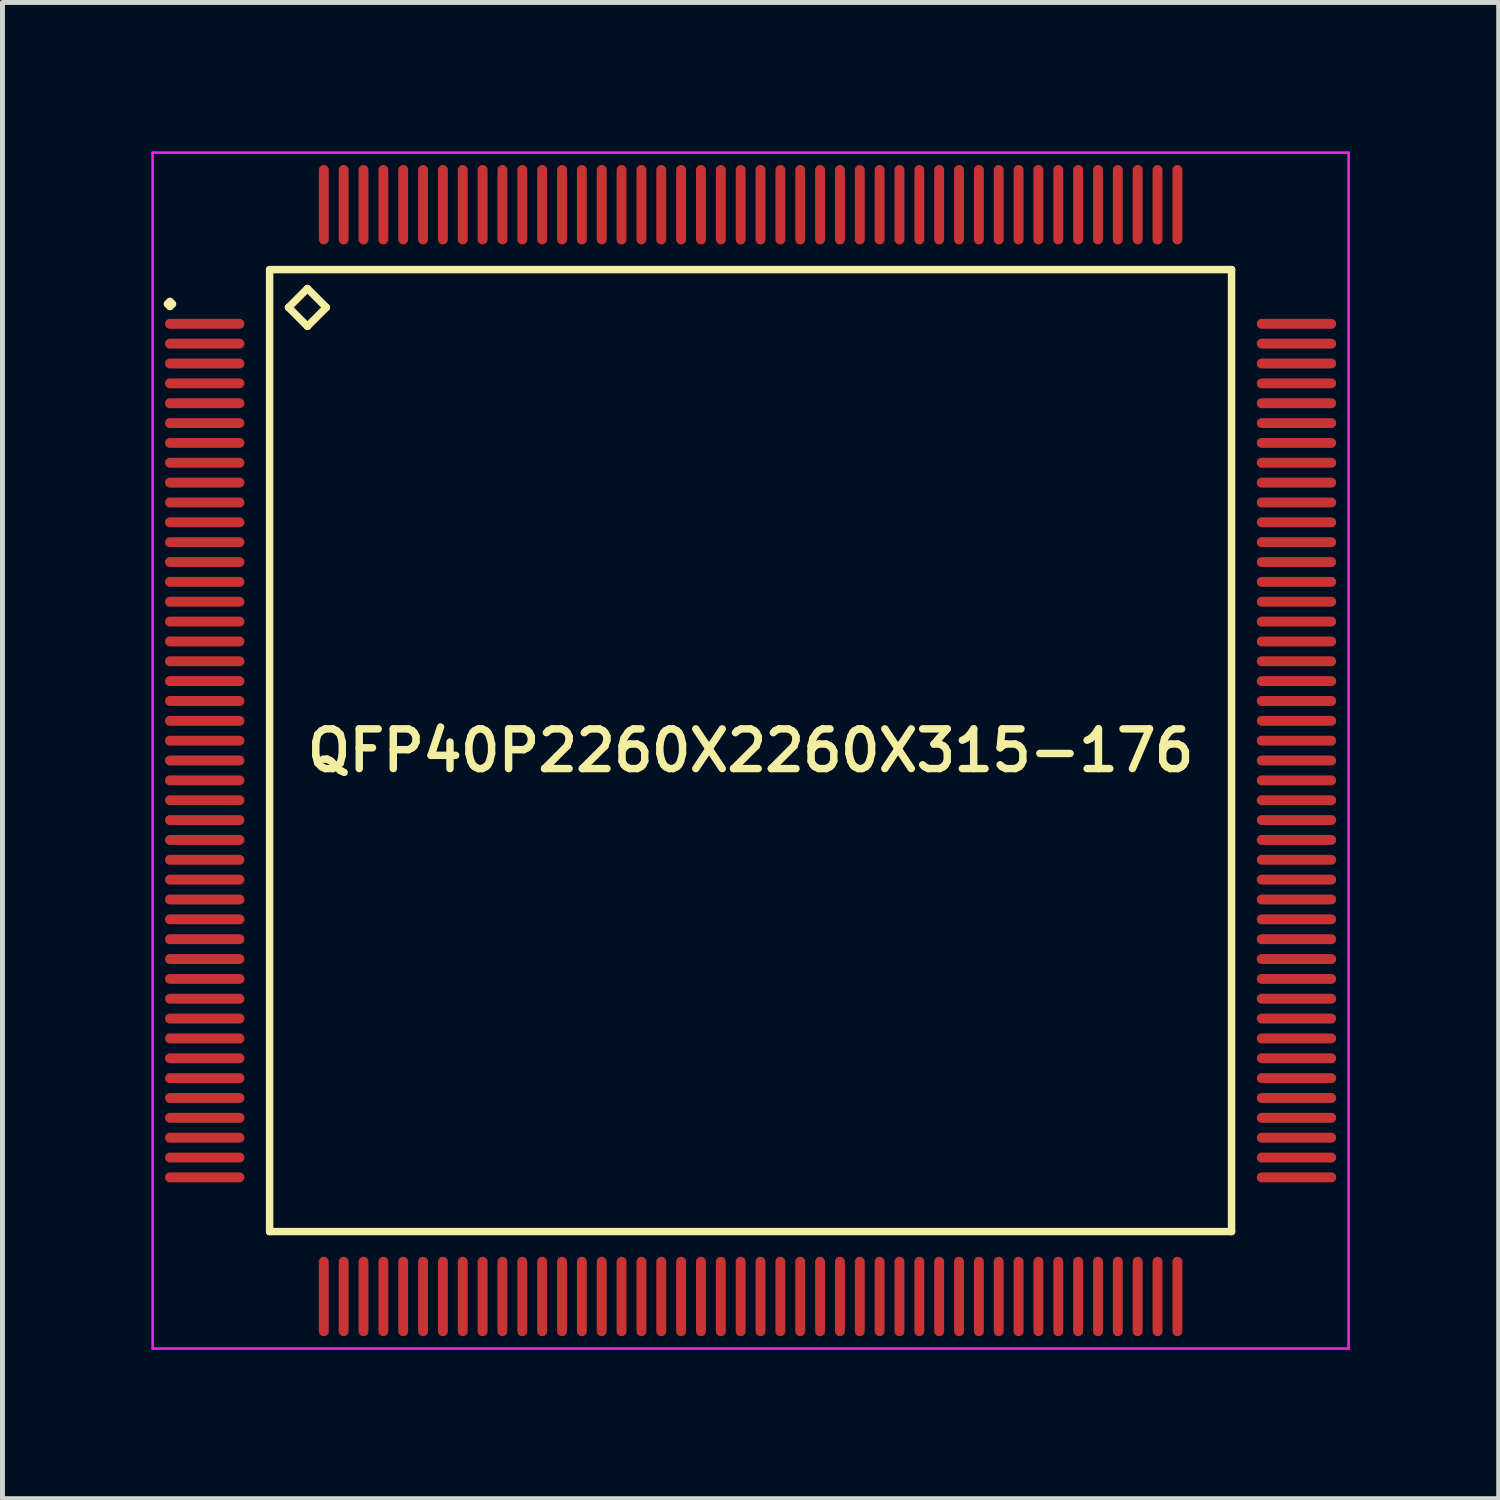
<source format=kicad_pcb>
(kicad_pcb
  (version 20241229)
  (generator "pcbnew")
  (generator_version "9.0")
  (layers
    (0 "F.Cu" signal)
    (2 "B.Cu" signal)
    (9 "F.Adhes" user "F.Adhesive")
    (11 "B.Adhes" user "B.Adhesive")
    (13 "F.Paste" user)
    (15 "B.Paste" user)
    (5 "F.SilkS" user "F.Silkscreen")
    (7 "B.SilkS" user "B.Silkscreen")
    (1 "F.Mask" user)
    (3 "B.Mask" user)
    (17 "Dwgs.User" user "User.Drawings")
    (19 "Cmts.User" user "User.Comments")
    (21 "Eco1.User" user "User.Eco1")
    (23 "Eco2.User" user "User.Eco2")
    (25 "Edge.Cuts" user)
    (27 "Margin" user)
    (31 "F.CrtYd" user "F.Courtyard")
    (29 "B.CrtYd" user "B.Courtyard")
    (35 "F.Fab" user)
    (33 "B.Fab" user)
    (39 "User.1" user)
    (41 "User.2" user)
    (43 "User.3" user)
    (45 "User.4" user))
  (footprint "QFP40P2260X2260X315-176"
    (layer "F.Cu")
    (at 12.075 12.075)
    (property "Reference" "QFP40P2260X2260X315-176" (at 0 0 0) (layer "F.SilkS") (effects (font (size 0.8 0.8) (thickness 0.15))))
    (attr smd)
    (fp_line (start -11.75 -9) (end -11.7 -9.05) (stroke (width 0.15) (type solid)) (layer "F.SilkS"))
    (fp_line (start -11.7 -9.05) (end -11.65 -9) (stroke (width 0.15) (type solid)) (layer "F.SilkS"))
    (fp_line (start -11.7 -8.95) (end -11.75 -9) (stroke (width 0.15) (type solid)) (layer "F.SilkS"))
    (fp_line (start -11.65 -9) (end -11.7 -8.95) (stroke (width 0.15) (type solid)) (layer "F.SilkS"))
    (fp_line (start -9.692 -9.692) (end -9.692 9.692) (stroke (width 0.15) (type solid)) (layer "F.SilkS"))
    (fp_line (start -9.692 9.692) (end 9.692 9.692) (stroke (width 0.15) (type solid)) (layer "F.SilkS"))
    (fp_line (start -9.311 -8.93) (end -8.93 -9.311) (stroke (width 0.15) (type solid)) (layer "F.SilkS"))
    (fp_line (start -8.93 -9.311) (end -8.549 -8.93) (stroke (width 0.15) (type solid)) (layer "F.SilkS"))
    (fp_line (start -8.93 -8.549) (end -9.311 -8.93) (stroke (width 0.15) (type solid)) (layer "F.SilkS"))
    (fp_line (start -8.549 -8.93) (end -8.93 -8.549) (stroke (width 0.15) (type solid)) (layer "F.SilkS"))
    (fp_line (start 9.692 -9.692) (end -9.692 -9.692) (stroke (width 0.15) (type solid)) (layer "F.SilkS"))
    (fp_line (start 9.692 9.692) (end 9.692 -9.692) (stroke (width 0.15) (type solid)) (layer "F.SilkS"))
    (fp_line (start -12.05 -12.05) (end 12.05 -12.05) (stroke (width 0.05) (type solid)) (layer "F.CrtYd"))
    (fp_line (start -12.05 12.05) (end -12.05 -12.05) (stroke (width 0.05) (type solid)) (layer "F.CrtYd"))
    (fp_line (start 12.05 -12.05) (end 12.05 12.05) (stroke (width 0.05) (type solid)) (layer "F.CrtYd"))
    (fp_line (start 12.05 12.05) (end -12.05 12.05) (stroke (width 0.05) (type solid)) (layer "F.CrtYd"))
    (pad "1" smd oval (at -11 -8.6) (size 1.6 0.2) (layers "F.Cu" "F.Mask" "F.Paste"))
    (pad "2" smd oval (at -11 -8.2) (size 1.6 0.2) (layers "F.Cu" "F.Mask" "F.Paste"))
    (pad "3" smd oval (at -11 -7.8) (size 1.6 0.2) (layers "F.Cu" "F.Mask" "F.Paste"))
    (pad "4" smd oval (at -11 -7.4) (size 1.6 0.2) (layers "F.Cu" "F.Mask" "F.Paste"))
    (pad "5" smd oval (at -11 -7) (size 1.6 0.2) (layers "F.Cu" "F.Mask" "F.Paste"))
    (pad "6" smd oval (at -11 -6.6) (size 1.6 0.2) (layers "F.Cu" "F.Mask" "F.Paste"))
    (pad "7" smd oval (at -11 -6.2) (size 1.6 0.2) (layers "F.Cu" "F.Mask" "F.Paste"))
    (pad "8" smd oval (at -11 -5.8) (size 1.6 0.2) (layers "F.Cu" "F.Mask" "F.Paste"))
    (pad "9" smd oval (at -11 -5.4) (size 1.6 0.2) (layers "F.Cu" "F.Mask" "F.Paste"))
    (pad "10" smd oval (at -11 -5) (size 1.6 0.2) (layers "F.Cu" "F.Mask" "F.Paste"))
    (pad "11" smd oval (at -11 -4.6) (size 1.6 0.2) (layers "F.Cu" "F.Mask" "F.Paste"))
    (pad "12" smd oval (at -11 -4.2) (size 1.6 0.2) (layers "F.Cu" "F.Mask" "F.Paste"))
    (pad "13" smd oval (at -11 -3.8) (size 1.6 0.2) (layers "F.Cu" "F.Mask" "F.Paste"))
    (pad "14" smd oval (at -11 -3.4) (size 1.6 0.2) (layers "F.Cu" "F.Mask" "F.Paste"))
    (pad "15" smd oval (at -11 -3) (size 1.6 0.2) (layers "F.Cu" "F.Mask" "F.Paste"))
    (pad "16" smd oval (at -11 -2.6) (size 1.6 0.2) (layers "F.Cu" "F.Mask" "F.Paste"))
    (pad "17" smd oval (at -11 -2.2) (size 1.6 0.2) (layers "F.Cu" "F.Mask" "F.Paste"))
    (pad "18" smd oval (at -11 -1.8) (size 1.6 0.2) (layers "F.Cu" "F.Mask" "F.Paste"))
    (pad "19" smd oval (at -11 -1.4) (size 1.6 0.2) (layers "F.Cu" "F.Mask" "F.Paste"))
    (pad "20" smd oval (at -11 -1) (size 1.6 0.2) (layers "F.Cu" "F.Mask" "F.Paste"))
    (pad "21" smd oval (at -11 -0.6) (size 1.6 0.2) (layers "F.Cu" "F.Mask" "F.Paste"))
    (pad "22" smd oval (at -11 -0.2) (size 1.6 0.2) (layers "F.Cu" "F.Mask" "F.Paste"))
    (pad "23" smd oval (at -11 0.2) (size 1.6 0.2) (layers "F.Cu" "F.Mask" "F.Paste"))
    (pad "24" smd oval (at -11 0.6) (size 1.6 0.2) (layers "F.Cu" "F.Mask" "F.Paste"))
    (pad "25" smd oval (at -11 1) (size 1.6 0.2) (layers "F.Cu" "F.Mask" "F.Paste"))
    (pad "26" smd oval (at -11 1.4) (size 1.6 0.2) (layers "F.Cu" "F.Mask" "F.Paste"))
    (pad "27" smd oval (at -11 1.8) (size 1.6 0.2) (layers "F.Cu" "F.Mask" "F.Paste"))
    (pad "28" smd oval (at -11 2.2) (size 1.6 0.2) (layers "F.Cu" "F.Mask" "F.Paste"))
    (pad "29" smd oval (at -11 2.6) (size 1.6 0.2) (layers "F.Cu" "F.Mask" "F.Paste"))
    (pad "30" smd oval (at -11 3) (size 1.6 0.2) (layers "F.Cu" "F.Mask" "F.Paste"))
    (pad "31" smd oval (at -11 3.4) (size 1.6 0.2) (layers "F.Cu" "F.Mask" "F.Paste"))
    (pad "32" smd oval (at -11 3.8) (size 1.6 0.2) (layers "F.Cu" "F.Mask" "F.Paste"))
    (pad "33" smd oval (at -11 4.2) (size 1.6 0.2) (layers "F.Cu" "F.Mask" "F.Paste"))
    (pad "34" smd oval (at -11 4.6) (size 1.6 0.2) (layers "F.Cu" "F.Mask" "F.Paste"))
    (pad "35" smd oval (at -11 5) (size 1.6 0.2) (layers "F.Cu" "F.Mask" "F.Paste"))
    (pad "36" smd oval (at -11 5.4) (size 1.6 0.2) (layers "F.Cu" "F.Mask" "F.Paste"))
    (pad "37" smd oval (at -11 5.8) (size 1.6 0.2) (layers "F.Cu" "F.Mask" "F.Paste"))
    (pad "38" smd oval (at -11 6.2) (size 1.6 0.2) (layers "F.Cu" "F.Mask" "F.Paste"))
    (pad "39" smd oval (at -11 6.6) (size 1.6 0.2) (layers "F.Cu" "F.Mask" "F.Paste"))
    (pad "40" smd oval (at -11 7) (size 1.6 0.2) (layers "F.Cu" "F.Mask" "F.Paste"))
    (pad "41" smd oval (at -11 7.4) (size 1.6 0.2) (layers "F.Cu" "F.Mask" "F.Paste"))
    (pad "42" smd oval (at -11 7.8) (size 1.6 0.2) (layers "F.Cu" "F.Mask" "F.Paste"))
    (pad "43" smd oval (at -11 8.2) (size 1.6 0.2) (layers "F.Cu" "F.Mask" "F.Paste"))
    (pad "44" smd oval (at -11 8.6) (size 1.6 0.2) (layers "F.Cu" "F.Mask" "F.Paste"))
    (pad "45" smd oval (at -8.6 11) (size 0.2 1.6) (layers "F.Cu" "F.Mask" "F.Paste"))
    (pad "46" smd oval (at -8.2 11) (size 0.2 1.6) (layers "F.Cu" "F.Mask" "F.Paste"))
    (pad "47" smd oval (at -7.8 11) (size 0.2 1.6) (layers "F.Cu" "F.Mask" "F.Paste"))
    (pad "48" smd oval (at -7.4 11) (size 0.2 1.6) (layers "F.Cu" "F.Mask" "F.Paste"))
    (pad "49" smd oval (at -7 11) (size 0.2 1.6) (layers "F.Cu" "F.Mask" "F.Paste"))
    (pad "50" smd oval (at -6.6 11) (size 0.2 1.6) (layers "F.Cu" "F.Mask" "F.Paste"))
    (pad "51" smd oval (at -6.2 11) (size 0.2 1.6) (layers "F.Cu" "F.Mask" "F.Paste"))
    (pad "52" smd oval (at -5.8 11) (size 0.2 1.6) (layers "F.Cu" "F.Mask" "F.Paste"))
    (pad "53" smd oval (at -5.4 11) (size 0.2 1.6) (layers "F.Cu" "F.Mask" "F.Paste"))
    (pad "54" smd oval (at -5 11) (size 0.2 1.6) (layers "F.Cu" "F.Mask" "F.Paste"))
    (pad "55" smd oval (at -4.6 11) (size 0.2 1.6) (layers "F.Cu" "F.Mask" "F.Paste"))
    (pad "56" smd oval (at -4.2 11) (size 0.2 1.6) (layers "F.Cu" "F.Mask" "F.Paste"))
    (pad "57" smd oval (at -3.8 11) (size 0.2 1.6) (layers "F.Cu" "F.Mask" "F.Paste"))
    (pad "58" smd oval (at -3.4 11) (size 0.2 1.6) (layers "F.Cu" "F.Mask" "F.Paste"))
    (pad "59" smd oval (at -3 11) (size 0.2 1.6) (layers "F.Cu" "F.Mask" "F.Paste"))
    (pad "60" smd oval (at -2.6 11) (size 0.2 1.6) (layers "F.Cu" "F.Mask" "F.Paste"))
    (pad "61" smd oval (at -2.2 11) (size 0.2 1.6) (layers "F.Cu" "F.Mask" "F.Paste"))
    (pad "62" smd oval (at -1.8 11) (size 0.2 1.6) (layers "F.Cu" "F.Mask" "F.Paste"))
    (pad "63" smd oval (at -1.4 11) (size 0.2 1.6) (layers "F.Cu" "F.Mask" "F.Paste"))
    (pad "64" smd oval (at -1 11) (size 0.2 1.6) (layers "F.Cu" "F.Mask" "F.Paste"))
    (pad "65" smd oval (at -0.6 11) (size 0.2 1.6) (layers "F.Cu" "F.Mask" "F.Paste"))
    (pad "66" smd oval (at -0.2 11) (size 0.2 1.6) (layers "F.Cu" "F.Mask" "F.Paste"))
    (pad "67" smd oval (at 0.2 11) (size 0.2 1.6) (layers "F.Cu" "F.Mask" "F.Paste"))
    (pad "68" smd oval (at 0.6 11) (size 0.2 1.6) (layers "F.Cu" "F.Mask" "F.Paste"))
    (pad "69" smd oval (at 1 11) (size 0.2 1.6) (layers "F.Cu" "F.Mask" "F.Paste"))
    (pad "70" smd oval (at 1.4 11) (size 0.2 1.6) (layers "F.Cu" "F.Mask" "F.Paste"))
    (pad "71" smd oval (at 1.8 11) (size 0.2 1.6) (layers "F.Cu" "F.Mask" "F.Paste"))
    (pad "72" smd oval (at 2.2 11) (size 0.2 1.6) (layers "F.Cu" "F.Mask" "F.Paste"))
    (pad "73" smd oval (at 2.6 11) (size 0.2 1.6) (layers "F.Cu" "F.Mask" "F.Paste"))
    (pad "74" smd oval (at 3 11) (size 0.2 1.6) (layers "F.Cu" "F.Mask" "F.Paste"))
    (pad "75" smd oval (at 3.4 11) (size 0.2 1.6) (layers "F.Cu" "F.Mask" "F.Paste"))
    (pad "76" smd oval (at 3.8 11) (size 0.2 1.6) (layers "F.Cu" "F.Mask" "F.Paste"))
    (pad "77" smd oval (at 4.2 11) (size 0.2 1.6) (layers "F.Cu" "F.Mask" "F.Paste"))
    (pad "78" smd oval (at 4.6 11) (size 0.2 1.6) (layers "F.Cu" "F.Mask" "F.Paste"))
    (pad "79" smd oval (at 5 11) (size 0.2 1.6) (layers "F.Cu" "F.Mask" "F.Paste"))
    (pad "80" smd oval (at 5.4 11) (size 0.2 1.6) (layers "F.Cu" "F.Mask" "F.Paste"))
    (pad "81" smd oval (at 5.8 11) (size 0.2 1.6) (layers "F.Cu" "F.Mask" "F.Paste"))
    (pad "82" smd oval (at 6.2 11) (size 0.2 1.6) (layers "F.Cu" "F.Mask" "F.Paste"))
    (pad "83" smd oval (at 6.6 11) (size 0.2 1.6) (layers "F.Cu" "F.Mask" "F.Paste"))
    (pad "84" smd oval (at 7 11) (size 0.2 1.6) (layers "F.Cu" "F.Mask" "F.Paste"))
    (pad "85" smd oval (at 7.4 11) (size 0.2 1.6) (layers "F.Cu" "F.Mask" "F.Paste"))
    (pad "86" smd oval (at 7.8 11) (size 0.2 1.6) (layers "F.Cu" "F.Mask" "F.Paste"))
    (pad "87" smd oval (at 8.2 11) (size 0.2 1.6) (layers "F.Cu" "F.Mask" "F.Paste"))
    (pad "88" smd oval (at 8.6 11) (size 0.2 1.6) (layers "F.Cu" "F.Mask" "F.Paste"))
    (pad "89" smd oval (at 11 8.6) (size 1.6 0.2) (layers "F.Cu" "F.Mask" "F.Paste"))
    (pad "90" smd oval (at 11 8.2) (size 1.6 0.2) (layers "F.Cu" "F.Mask" "F.Paste"))
    (pad "91" smd oval (at 11 7.8) (size 1.6 0.2) (layers "F.Cu" "F.Mask" "F.Paste"))
    (pad "92" smd oval (at 11 7.4) (size 1.6 0.2) (layers "F.Cu" "F.Mask" "F.Paste"))
    (pad "93" smd oval (at 11 7) (size 1.6 0.2) (layers "F.Cu" "F.Mask" "F.Paste"))
    (pad "94" smd oval (at 11 6.6) (size 1.6 0.2) (layers "F.Cu" "F.Mask" "F.Paste"))
    (pad "95" smd oval (at 11 6.2) (size 1.6 0.2) (layers "F.Cu" "F.Mask" "F.Paste"))
    (pad "96" smd oval (at 11 5.8) (size 1.6 0.2) (layers "F.Cu" "F.Mask" "F.Paste"))
    (pad "97" smd oval (at 11 5.4) (size 1.6 0.2) (layers "F.Cu" "F.Mask" "F.Paste"))
    (pad "98" smd oval (at 11 5) (size 1.6 0.2) (layers "F.Cu" "F.Mask" "F.Paste"))
    (pad "99" smd oval (at 11 4.6) (size 1.6 0.2) (layers "F.Cu" "F.Mask" "F.Paste"))
    (pad "100" smd oval (at 11 4.2) (size 1.6 0.2) (layers "F.Cu" "F.Mask" "F.Paste"))
    (pad "101" smd oval (at 11 3.8) (size 1.6 0.2) (layers "F.Cu" "F.Mask" "F.Paste"))
    (pad "102" smd oval (at 11 3.4) (size 1.6 0.2) (layers "F.Cu" "F.Mask" "F.Paste"))
    (pad "103" smd oval (at 11 3) (size 1.6 0.2) (layers "F.Cu" "F.Mask" "F.Paste"))
    (pad "104" smd oval (at 11 2.6) (size 1.6 0.2) (layers "F.Cu" "F.Mask" "F.Paste"))
    (pad "105" smd oval (at 11 2.2) (size 1.6 0.2) (layers "F.Cu" "F.Mask" "F.Paste"))
    (pad "106" smd oval (at 11 1.8) (size 1.6 0.2) (layers "F.Cu" "F.Mask" "F.Paste"))
    (pad "107" smd oval (at 11 1.4) (size 1.6 0.2) (layers "F.Cu" "F.Mask" "F.Paste"))
    (pad "108" smd oval (at 11 1) (size 1.6 0.2) (layers "F.Cu" "F.Mask" "F.Paste"))
    (pad "109" smd oval (at 11 0.6) (size 1.6 0.2) (layers "F.Cu" "F.Mask" "F.Paste"))
    (pad "110" smd oval (at 11 0.2) (size 1.6 0.2) (layers "F.Cu" "F.Mask" "F.Paste"))
    (pad "111" smd oval (at 11 -0.2) (size 1.6 0.2) (layers "F.Cu" "F.Mask" "F.Paste"))
    (pad "112" smd oval (at 11 -0.6) (size 1.6 0.2) (layers "F.Cu" "F.Mask" "F.Paste"))
    (pad "113" smd oval (at 11 -1) (size 1.6 0.2) (layers "F.Cu" "F.Mask" "F.Paste"))
    (pad "114" smd oval (at 11 -1.4) (size 1.6 0.2) (layers "F.Cu" "F.Mask" "F.Paste"))
    (pad "115" smd oval (at 11 -1.8) (size 1.6 0.2) (layers "F.Cu" "F.Mask" "F.Paste"))
    (pad "116" smd oval (at 11 -2.2) (size 1.6 0.2) (layers "F.Cu" "F.Mask" "F.Paste"))
    (pad "117" smd oval (at 11 -2.6) (size 1.6 0.2) (layers "F.Cu" "F.Mask" "F.Paste"))
    (pad "118" smd oval (at 11 -3) (size 1.6 0.2) (layers "F.Cu" "F.Mask" "F.Paste"))
    (pad "119" smd oval (at 11 -3.4) (size 1.6 0.2) (layers "F.Cu" "F.Mask" "F.Paste"))
    (pad "120" smd oval (at 11 -3.8) (size 1.6 0.2) (layers "F.Cu" "F.Mask" "F.Paste"))
    (pad "121" smd oval (at 11 -4.2) (size 1.6 0.2) (layers "F.Cu" "F.Mask" "F.Paste"))
    (pad "122" smd oval (at 11 -4.6) (size 1.6 0.2) (layers "F.Cu" "F.Mask" "F.Paste"))
    (pad "123" smd oval (at 11 -5) (size 1.6 0.2) (layers "F.Cu" "F.Mask" "F.Paste"))
    (pad "124" smd oval (at 11 -5.4) (size 1.6 0.2) (layers "F.Cu" "F.Mask" "F.Paste"))
    (pad "125" smd oval (at 11 -5.8) (size 1.6 0.2) (layers "F.Cu" "F.Mask" "F.Paste"))
    (pad "126" smd oval (at 11 -6.2) (size 1.6 0.2) (layers "F.Cu" "F.Mask" "F.Paste"))
    (pad "127" smd oval (at 11 -6.6) (size 1.6 0.2) (layers "F.Cu" "F.Mask" "F.Paste"))
    (pad "128" smd oval (at 11 -7) (size 1.6 0.2) (layers "F.Cu" "F.Mask" "F.Paste"))
    (pad "129" smd oval (at 11 -7.4) (size 1.6 0.2) (layers "F.Cu" "F.Mask" "F.Paste"))
    (pad "130" smd oval (at 11 -7.8) (size 1.6 0.2) (layers "F.Cu" "F.Mask" "F.Paste"))
    (pad "131" smd oval (at 11 -8.2) (size 1.6 0.2) (layers "F.Cu" "F.Mask" "F.Paste"))
    (pad "132" smd oval (at 11 -8.6) (size 1.6 0.2) (layers "F.Cu" "F.Mask" "F.Paste"))
    (pad "133" smd oval (at 8.6 -11) (size 0.2 1.6) (layers "F.Cu" "F.Mask" "F.Paste"))
    (pad "134" smd oval (at 8.2 -11) (size 0.2 1.6) (layers "F.Cu" "F.Mask" "F.Paste"))
    (pad "135" smd oval (at 7.8 -11) (size 0.2 1.6) (layers "F.Cu" "F.Mask" "F.Paste"))
    (pad "136" smd oval (at 7.4 -11) (size 0.2 1.6) (layers "F.Cu" "F.Mask" "F.Paste"))
    (pad "137" smd oval (at 7 -11) (size 0.2 1.6) (layers "F.Cu" "F.Mask" "F.Paste"))
    (pad "138" smd oval (at 6.6 -11) (size 0.2 1.6) (layers "F.Cu" "F.Mask" "F.Paste"))
    (pad "139" smd oval (at 6.2 -11) (size 0.2 1.6) (layers "F.Cu" "F.Mask" "F.Paste"))
    (pad "140" smd oval (at 5.8 -11) (size 0.2 1.6) (layers "F.Cu" "F.Mask" "F.Paste"))
    (pad "141" smd oval (at 5.4 -11) (size 0.2 1.6) (layers "F.Cu" "F.Mask" "F.Paste"))
    (pad "142" smd oval (at 5 -11) (size 0.2 1.6) (layers "F.Cu" "F.Mask" "F.Paste"))
    (pad "143" smd oval (at 4.6 -11) (size 0.2 1.6) (layers "F.Cu" "F.Mask" "F.Paste"))
    (pad "144" smd oval (at 4.2 -11) (size 0.2 1.6) (layers "F.Cu" "F.Mask" "F.Paste"))
    (pad "145" smd oval (at 3.8 -11) (size 0.2 1.6) (layers "F.Cu" "F.Mask" "F.Paste"))
    (pad "146" smd oval (at 3.4 -11) (size 0.2 1.6) (layers "F.Cu" "F.Mask" "F.Paste"))
    (pad "147" smd oval (at 3 -11) (size 0.2 1.6) (layers "F.Cu" "F.Mask" "F.Paste"))
    (pad "148" smd oval (at 2.6 -11) (size 0.2 1.6) (layers "F.Cu" "F.Mask" "F.Paste"))
    (pad "149" smd oval (at 2.2 -11) (size 0.2 1.6) (layers "F.Cu" "F.Mask" "F.Paste"))
    (pad "150" smd oval (at 1.8 -11) (size 0.2 1.6) (layers "F.Cu" "F.Mask" "F.Paste"))
    (pad "151" smd oval (at 1.4 -11) (size 0.2 1.6) (layers "F.Cu" "F.Mask" "F.Paste"))
    (pad "152" smd oval (at 1 -11) (size 0.2 1.6) (layers "F.Cu" "F.Mask" "F.Paste"))
    (pad "153" smd oval (at 0.6 -11) (size 0.2 1.6) (layers "F.Cu" "F.Mask" "F.Paste"))
    (pad "154" smd oval (at 0.2 -11) (size 0.2 1.6) (layers "F.Cu" "F.Mask" "F.Paste"))
    (pad "155" smd oval (at -0.2 -11) (size 0.2 1.6) (layers "F.Cu" "F.Mask" "F.Paste"))
    (pad "156" smd oval (at -0.6 -11) (size 0.2 1.6) (layers "F.Cu" "F.Mask" "F.Paste"))
    (pad "157" smd oval (at -1 -11) (size 0.2 1.6) (layers "F.Cu" "F.Mask" "F.Paste"))
    (pad "158" smd oval (at -1.4 -11) (size 0.2 1.6) (layers "F.Cu" "F.Mask" "F.Paste"))
    (pad "159" smd oval (at -1.8 -11) (size 0.2 1.6) (layers "F.Cu" "F.Mask" "F.Paste"))
    (pad "160" smd oval (at -2.2 -11) (size 0.2 1.6) (layers "F.Cu" "F.Mask" "F.Paste"))
    (pad "161" smd oval (at -2.6 -11) (size 0.2 1.6) (layers "F.Cu" "F.Mask" "F.Paste"))
    (pad "162" smd oval (at -3 -11) (size 0.2 1.6) (layers "F.Cu" "F.Mask" "F.Paste"))
    (pad "163" smd oval (at -3.4 -11) (size 0.2 1.6) (layers "F.Cu" "F.Mask" "F.Paste"))
    (pad "164" smd oval (at -3.8 -11) (size 0.2 1.6) (layers "F.Cu" "F.Mask" "F.Paste"))
    (pad "165" smd oval (at -4.2 -11) (size 0.2 1.6) (layers "F.Cu" "F.Mask" "F.Paste"))
    (pad "166" smd oval (at -4.6 -11) (size 0.2 1.6) (layers "F.Cu" "F.Mask" "F.Paste"))
    (pad "167" smd oval (at -5 -11) (size 0.2 1.6) (layers "F.Cu" "F.Mask" "F.Paste"))
    (pad "168" smd oval (at -5.4 -11) (size 0.2 1.6) (layers "F.Cu" "F.Mask" "F.Paste"))
    (pad "169" smd oval (at -5.8 -11) (size 0.2 1.6) (layers "F.Cu" "F.Mask" "F.Paste"))
    (pad "170" smd oval (at -6.2 -11) (size 0.2 1.6) (layers "F.Cu" "F.Mask" "F.Paste"))
    (pad "171" smd oval (at -6.6 -11) (size 0.2 1.6) (layers "F.Cu" "F.Mask" "F.Paste"))
    (pad "172" smd oval (at -7 -11) (size 0.2 1.6) (layers "F.Cu" "F.Mask" "F.Paste"))
    (pad "173" smd oval (at -7.4 -11) (size 0.2 1.6) (layers "F.Cu" "F.Mask" "F.Paste"))
    (pad "174" smd oval (at -7.8 -11) (size 0.2 1.6) (layers "F.Cu" "F.Mask" "F.Paste"))
    (pad "175" smd oval (at -8.2 -11) (size 0.2 1.6) (layers "F.Cu" "F.Mask" "F.Paste"))
    (pad "176" smd oval (at -8.6 -11) (size 0.2 1.6) (layers "F.Cu" "F.Mask" "F.Paste")))
  (gr_rect
    (start -3 -3)
    (end 27.15 27.15)
    (stroke (width 0.1) (type default))
    (fill no)
    (layer "Edge.Cuts")))
</source>
